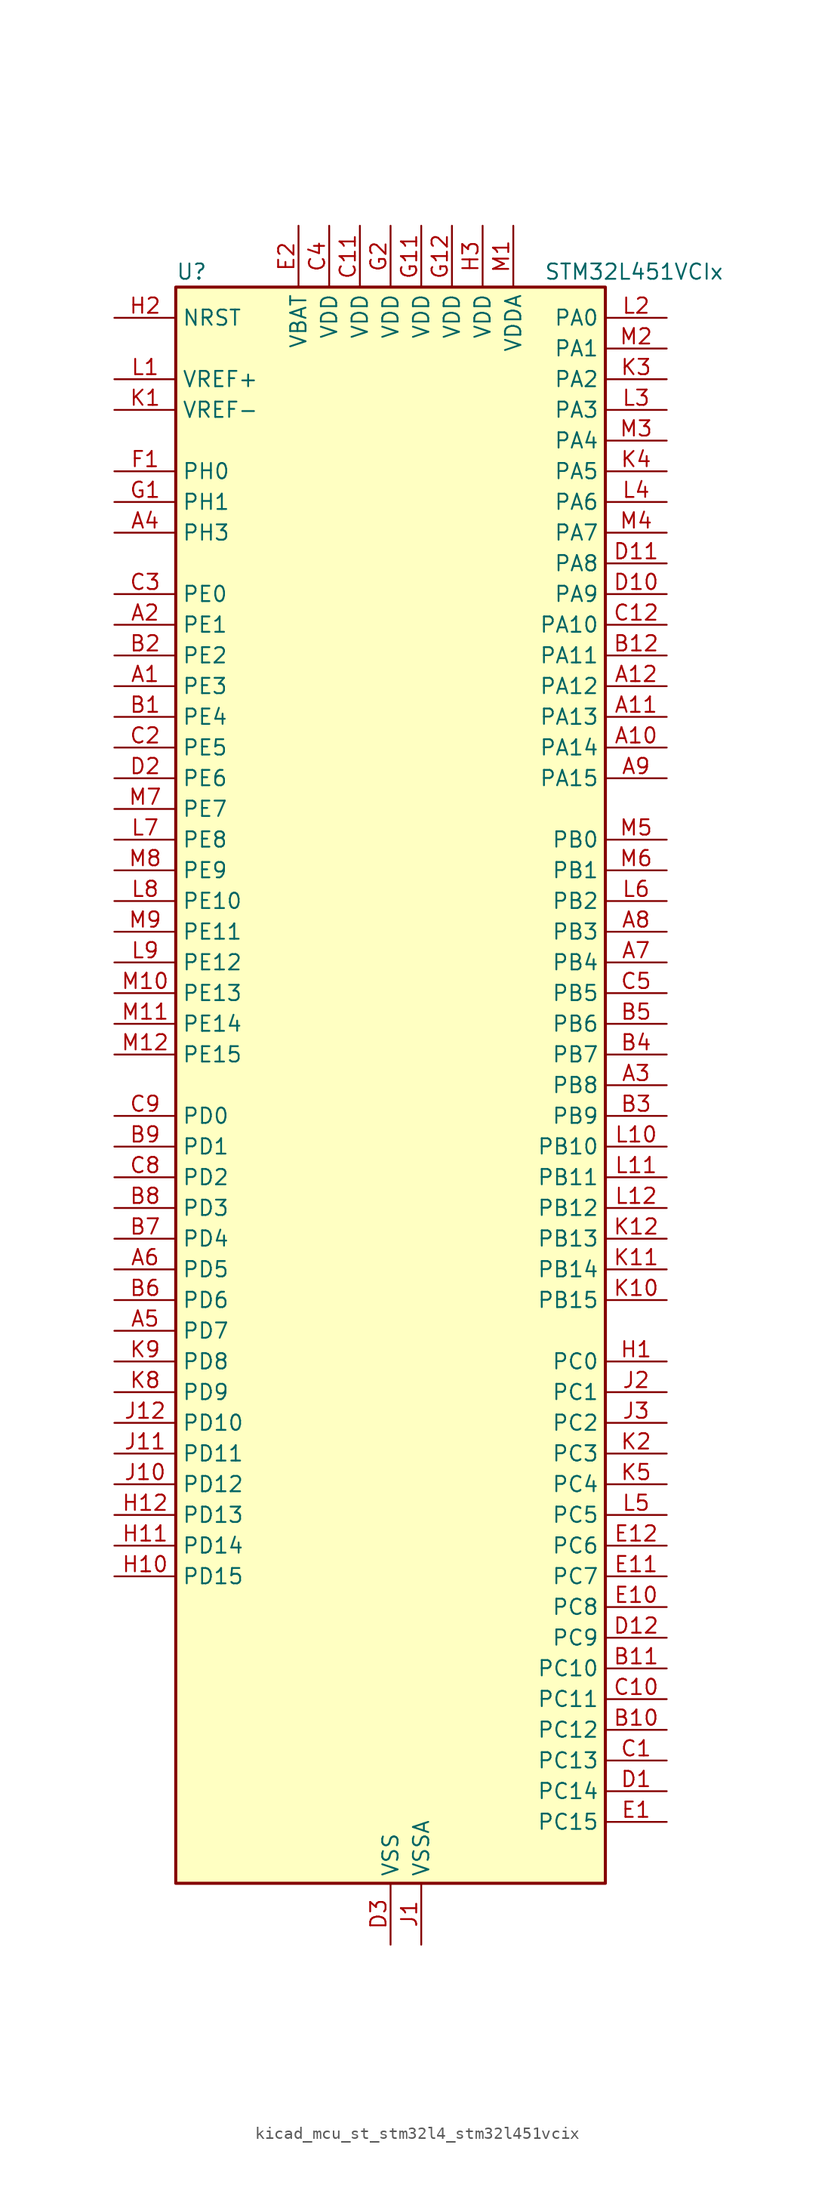
<source format=kicad_sym>
(kicad_symbol_lib
  (version 20220914)
  (generator kicad_symbol_editor)
  (symbol "kicad_mcu_st_stm32l4_stm32l451vcix"
    (property "Reference" "U"
      (at -17.78 67.31 0)
      (effects (font (size 1.27 1.27)) (justify left)))
    (property "Value" "STM32L451VCIx"
      (at 12.7 67.31 0)
      (effects (font (size 1.27 1.27)) (justify left)))
    (property "ki_locked" ""
      (at 0 0 0)
      (effects (font (size 1.27 1.27))))
    (symbol "kicad_mcu_st_stm32l4_stm32l451vcix_0_1"
      (rectangle (start -17.78 -66.04) (end 17.78 66.04) (stroke (width 0.254) (type default)) (fill (type background))))
    (symbol "kicad_mcu_st_stm32l4_stm32l451vcix_1_1"
      (pin bidirectional line (at -22.86 33.02 0) (length 5.08) (name "PE3" (effects (font (size 1.27 1.27)))) (number "A1" (effects (font (size 1.27 1.27)))) (alternate "SAI1_SD_B" bidirectional line) (alternate "SYS_TRACED0" bidirectional line) (alternate "TIM3_CH1" bidirectional line) (alternate "TSC_G7_IO2" bidirectional line))
      (pin bidirectional line (at 22.86 27.94 180) (length 5.08) (name "PA14" (effects (font (size 1.27 1.27)))) (number "A10" (effects (font (size 1.27 1.27)))) (alternate "I2C1_SMBA" bidirectional line) (alternate "I2C4_SMBA" bidirectional line) (alternate "LPTIM1_OUT" bidirectional line) (alternate "SAI1_FS_B" bidirectional line) (alternate "SYS_JTCK-SWCLK" bidirectional line))
      (pin bidirectional line (at 22.86 30.48 180) (length 5.08) (name "PA13" (effects (font (size 1.27 1.27)))) (number "A11" (effects (font (size 1.27 1.27)))) (alternate "IR_OUT" bidirectional line) (alternate "SAI1_SD_B" bidirectional line) (alternate "SYS_JTMS-SWDIO" bidirectional line))
      (pin bidirectional line (at 22.86 33.02 180) (length 5.08) (name "PA12" (effects (font (size 1.27 1.27)))) (number "A12" (effects (font (size 1.27 1.27)))) (alternate "CAN1_TX" bidirectional line) (alternate "SPI1_MOSI" bidirectional line) (alternate "TIM1_ETR" bidirectional line) (alternate "USART1_DE" bidirectional line) (alternate "USART1_RTS" bidirectional line))
      (pin bidirectional line (at -22.86 38.1 0) (length 5.08) (name "PE1" (effects (font (size 1.27 1.27)))) (number "A2" (effects (font (size 1.27 1.27)))))
      (pin bidirectional line (at 22.86 0 180) (length 5.08) (name "PB8" (effects (font (size 1.27 1.27)))) (number "A3" (effects (font (size 1.27 1.27)))) (alternate "CAN1_RX" bidirectional line) (alternate "I2C1_SCL" bidirectional line) (alternate "SAI1_MCLK_A" bidirectional line) (alternate "SDMMC1_D4" bidirectional line) (alternate "TIM16_CH1" bidirectional line))
      (pin bidirectional line (at -22.86 45.72 0) (length 5.08) (name "PH3" (effects (font (size 1.27 1.27)))) (number "A4" (effects (font (size 1.27 1.27)))))
      (pin bidirectional line (at -22.86 -20.32 0) (length 5.08) (name "PD7" (effects (font (size 1.27 1.27)))) (number "A5" (effects (font (size 1.27 1.27)))) (alternate "DFSDM1_CKIN1" bidirectional line) (alternate "QUADSPI_BK2_IO3" bidirectional line) (alternate "USART2_CK" bidirectional line))
      (pin bidirectional line (at -22.86 -15.24 0) (length 5.08) (name "PD5" (effects (font (size 1.27 1.27)))) (number "A6" (effects (font (size 1.27 1.27)))) (alternate "QUADSPI_BK2_IO1" bidirectional line) (alternate "USART2_TX" bidirectional line))
      (pin bidirectional line (at 22.86 10.16 180) (length 5.08) (name "PB4" (effects (font (size 1.27 1.27)))) (number "A7" (effects (font (size 1.27 1.27)))) (alternate "COMP2_INP" bidirectional line) (alternate "I2C3_SDA" bidirectional line) (alternate "SAI1_MCLK_B" bidirectional line) (alternate "SPI1_MISO" bidirectional line) (alternate "SPI3_MISO" bidirectional line) (alternate "SYS_JTRST" bidirectional line) (alternate "TIM3_CH1" bidirectional line) (alternate "TSC_G2_IO1" bidirectional line) (alternate "USART1_CTS" bidirectional line))
      (pin bidirectional line (at 22.86 12.7 180) (length 5.08) (name "PB3" (effects (font (size 1.27 1.27)))) (number "A8" (effects (font (size 1.27 1.27)))) (alternate "COMP2_INM" bidirectional line) (alternate "SAI1_SCK_B" bidirectional line) (alternate "SPI1_SCK" bidirectional line) (alternate "SPI3_SCK" bidirectional line) (alternate "SYS_JTDO-SWO" bidirectional line) (alternate "TIM2_CH2" bidirectional line) (alternate "USART1_DE" bidirectional line) (alternate "USART1_RTS" bidirectional line))
      (pin bidirectional line (at 22.86 25.4 180) (length 5.08) (name "PA15" (effects (font (size 1.27 1.27)))) (number "A9" (effects (font (size 1.27 1.27)))) (alternate "ADC1_EXTI15" bidirectional line) (alternate "SPI1_NSS" bidirectional line) (alternate "SPI3_NSS" bidirectional line) (alternate "SYS_JTDI" bidirectional line) (alternate "TIM2_CH1" bidirectional line) (alternate "TIM2_ETR" bidirectional line) (alternate "TSC_G3_IO1" bidirectional line) (alternate "UART4_DE" bidirectional line) (alternate "UART4_RTS" bidirectional line) (alternate "USART2_RX" bidirectional line) (alternate "USART3_DE" bidirectional line) (alternate "USART3_RTS" bidirectional line))
      (pin bidirectional line (at -22.86 30.48 0) (length 5.08) (name "PE4" (effects (font (size 1.27 1.27)))) (number "B1" (effects (font (size 1.27 1.27)))) (alternate "DFSDM1_DATIN3" bidirectional line) (alternate "SAI1_FS_A" bidirectional line) (alternate "SYS_TRACED1" bidirectional line) (alternate "TIM3_CH2" bidirectional line) (alternate "TSC_G7_IO3" bidirectional line))
      (pin bidirectional line (at 22.86 -53.34 180) (length 5.08) (name "PC12" (effects (font (size 1.27 1.27)))) (number "B10" (effects (font (size 1.27 1.27)))) (alternate "SDMMC1_CK" bidirectional line) (alternate "SPI3_MOSI" bidirectional line) (alternate "SYS_TRACED3" bidirectional line) (alternate "TSC_G3_IO4" bidirectional line) (alternate "USART3_CK" bidirectional line))
      (pin bidirectional line (at 22.86 -48.26 180) (length 5.08) (name "PC10" (effects (font (size 1.27 1.27)))) (number "B11" (effects (font (size 1.27 1.27)))) (alternate "SDMMC1_D2" bidirectional line) (alternate "SPI3_SCK" bidirectional line) (alternate "SYS_TRACED1" bidirectional line) (alternate "TSC_G3_IO2" bidirectional line) (alternate "UART4_TX" bidirectional line) (alternate "USART3_TX" bidirectional line))
      (pin bidirectional line (at 22.86 35.56 180) (length 5.08) (name "PA11" (effects (font (size 1.27 1.27)))) (number "B12" (effects (font (size 1.27 1.27)))) (alternate "ADC1_EXTI11" bidirectional line) (alternate "CAN1_RX" bidirectional line) (alternate "COMP1_OUT" bidirectional line) (alternate "SPI1_MISO" bidirectional line) (alternate "TIM1_BKIN2" bidirectional line) (alternate "TIM1_BKIN2_COMP1" bidirectional line) (alternate "TIM1_CH4" bidirectional line) (alternate "USART1_CTS" bidirectional line))
      (pin bidirectional line (at -22.86 35.56 0) (length 5.08) (name "PE2" (effects (font (size 1.27 1.27)))) (number "B2" (effects (font (size 1.27 1.27)))) (alternate "SAI1_MCLK_A" bidirectional line) (alternate "SYS_TRACECLK" bidirectional line) (alternate "TIM3_ETR" bidirectional line) (alternate "TSC_G7_IO1" bidirectional line))
      (pin bidirectional line (at 22.86 -2.54 180) (length 5.08) (name "PB9" (effects (font (size 1.27 1.27)))) (number "B3" (effects (font (size 1.27 1.27)))) (alternate "CAN1_TX" bidirectional line) (alternate "DAC1_EXTI9" bidirectional line) (alternate "I2C1_SDA" bidirectional line) (alternate "IR_OUT" bidirectional line) (alternate "SAI1_FS_A" bidirectional line) (alternate "SDMMC1_D5" bidirectional line) (alternate "SPI2_NSS" bidirectional line))
      (pin bidirectional line (at 22.86 2.54 180) (length 5.08) (name "PB7" (effects (font (size 1.27 1.27)))) (number "B4" (effects (font (size 1.27 1.27)))) (alternate "COMP2_INM" bidirectional line) (alternate "I2C1_SDA" bidirectional line) (alternate "I2C4_SDA" bidirectional line) (alternate "LPTIM1_IN2" bidirectional line) (alternate "SYS_PVD_IN" bidirectional line) (alternate "TSC_G2_IO4" bidirectional line) (alternate "UART4_CTS" bidirectional line) (alternate "USART1_RX" bidirectional line))
      (pin bidirectional line (at 22.86 5.08 180) (length 5.08) (name "PB6" (effects (font (size 1.27 1.27)))) (number "B5" (effects (font (size 1.27 1.27)))) (alternate "CAN1_TX" bidirectional line) (alternate "COMP2_INP" bidirectional line) (alternate "I2C1_SCL" bidirectional line) (alternate "I2C4_SCL" bidirectional line) (alternate "LPTIM1_ETR" bidirectional line) (alternate "SAI1_FS_B" bidirectional line) (alternate "TIM16_CH1N" bidirectional line) (alternate "TSC_G2_IO3" bidirectional line) (alternate "USART1_TX" bidirectional line))
      (pin bidirectional line (at -22.86 -17.78 0) (length 5.08) (name "PD6" (effects (font (size 1.27 1.27)))) (number "B6" (effects (font (size 1.27 1.27)))) (alternate "DFSDM1_DATIN1" bidirectional line) (alternate "QUADSPI_BK2_IO2" bidirectional line) (alternate "SAI1_SD_A" bidirectional line) (alternate "USART2_RX" bidirectional line))
      (pin bidirectional line (at -22.86 -12.7 0) (length 5.08) (name "PD4" (effects (font (size 1.27 1.27)))) (number "B7" (effects (font (size 1.27 1.27)))) (alternate "DFSDM1_CKIN0" bidirectional line) (alternate "QUADSPI_BK2_IO0" bidirectional line) (alternate "SPI2_MOSI" bidirectional line) (alternate "USART2_DE" bidirectional line) (alternate "USART2_RTS" bidirectional line))
      (pin bidirectional line (at -22.86 -10.16 0) (length 5.08) (name "PD3" (effects (font (size 1.27 1.27)))) (number "B8" (effects (font (size 1.27 1.27)))) (alternate "DFSDM1_DATIN0" bidirectional line) (alternate "QUADSPI_BK2_NCS" bidirectional line) (alternate "SPI2_MISO" bidirectional line) (alternate "USART2_CTS" bidirectional line))
      (pin bidirectional line (at -22.86 -5.08 0) (length 5.08) (name "PD1" (effects (font (size 1.27 1.27)))) (number "B9" (effects (font (size 1.27 1.27)))) (alternate "CAN1_TX" bidirectional line) (alternate "SPI2_SCK" bidirectional line))
      (pin bidirectional line (at 22.86 -55.88 180) (length 5.08) (name "PC13" (effects (font (size 1.27 1.27)))) (number "C1" (effects (font (size 1.27 1.27)))) (alternate "RTC_OUT_ALARM" bidirectional line) (alternate "RTC_OUT_CALIB" bidirectional line) (alternate "RTC_TAMP1" bidirectional line) (alternate "RTC_TS" bidirectional line) (alternate "SYS_WKUP2" bidirectional line))
      (pin bidirectional line (at 22.86 -50.8 180) (length 5.08) (name "PC11" (effects (font (size 1.27 1.27)))) (number "C10" (effects (font (size 1.27 1.27)))) (alternate "ADC1_EXTI11" bidirectional line) (alternate "SDMMC1_D3" bidirectional line) (alternate "SPI3_MISO" bidirectional line) (alternate "TSC_G3_IO3" bidirectional line) (alternate "UART4_RX" bidirectional line) (alternate "USART3_RX" bidirectional line))
      (pin power_in line (at -2.54 71.12 270) (length 5.08) (name "VDD" (effects (font (size 1.27 1.27)))) (number "C11" (effects (font (size 1.27 1.27)))))
      (pin bidirectional line (at 22.86 38.1 180) (length 5.08) (name "PA10" (effects (font (size 1.27 1.27)))) (number "C12" (effects (font (size 1.27 1.27)))) (alternate "I2C1_SDA" bidirectional line) (alternate "SAI1_SD_A" bidirectional line) (alternate "TIM1_CH3" bidirectional line) (alternate "USART1_RX" bidirectional line))
      (pin bidirectional line (at -22.86 27.94 0) (length 5.08) (name "PE5" (effects (font (size 1.27 1.27)))) (number "C2" (effects (font (size 1.27 1.27)))) (alternate "DFSDM1_CKIN3" bidirectional line) (alternate "SAI1_SCK_A" bidirectional line) (alternate "SYS_TRACED2" bidirectional line) (alternate "TIM3_CH3" bidirectional line) (alternate "TSC_G7_IO4" bidirectional line))
      (pin bidirectional line (at -22.86 40.64 0) (length 5.08) (name "PE0" (effects (font (size 1.27 1.27)))) (number "C3" (effects (font (size 1.27 1.27)))) (alternate "TIM16_CH1" bidirectional line))
      (pin power_in line (at -5.08 71.12 270) (length 5.08) (name "VDD" (effects (font (size 1.27 1.27)))) (number "C4" (effects (font (size 1.27 1.27)))))
      (pin bidirectional line (at 22.86 7.62 180) (length 5.08) (name "PB5" (effects (font (size 1.27 1.27)))) (number "C5" (effects (font (size 1.27 1.27)))) (alternate "CAN1_RX" bidirectional line) (alternate "COMP2_OUT" bidirectional line) (alternate "I2C1_SMBA" bidirectional line) (alternate "LPTIM1_IN1" bidirectional line) (alternate "SAI1_SD_B" bidirectional line) (alternate "SPI1_MOSI" bidirectional line) (alternate "SPI3_MOSI" bidirectional line) (alternate "TIM16_BKIN" bidirectional line) (alternate "TIM3_CH2" bidirectional line) (alternate "TSC_G2_IO2" bidirectional line) (alternate "USART1_CK" bidirectional line))
      (pin bidirectional line (at -22.86 -7.62 0) (length 5.08) (name "PD2" (effects (font (size 1.27 1.27)))) (number "C8" (effects (font (size 1.27 1.27)))) (alternate "SDMMC1_CMD" bidirectional line) (alternate "SYS_TRACED2" bidirectional line) (alternate "TIM3_ETR" bidirectional line) (alternate "TSC_SYNC" bidirectional line) (alternate "USART3_DE" bidirectional line) (alternate "USART3_RTS" bidirectional line))
      (pin bidirectional line (at -22.86 -2.54 0) (length 5.08) (name "PD0" (effects (font (size 1.27 1.27)))) (number "C9" (effects (font (size 1.27 1.27)))) (alternate "CAN1_RX" bidirectional line) (alternate "SPI2_NSS" bidirectional line))
      (pin bidirectional line (at 22.86 -58.42 180) (length 5.08) (name "PC14" (effects (font (size 1.27 1.27)))) (number "D1" (effects (font (size 1.27 1.27)))) (alternate "RCC_OSC32_IN" bidirectional line))
      (pin bidirectional line (at 22.86 40.64 180) (length 5.08) (name "PA9" (effects (font (size 1.27 1.27)))) (number "D10" (effects (font (size 1.27 1.27)))) (alternate "DAC1_EXTI9" bidirectional line) (alternate "DFSDM1_DATIN1" bidirectional line) (alternate "I2C1_SCL" bidirectional line) (alternate "SAI1_FS_A" bidirectional line) (alternate "TIM15_BKIN" bidirectional line) (alternate "TIM1_CH2" bidirectional line) (alternate "USART1_TX" bidirectional line))
      (pin bidirectional line (at 22.86 43.18 180) (length 5.08) (name "PA8" (effects (font (size 1.27 1.27)))) (number "D11" (effects (font (size 1.27 1.27)))) (alternate "DFSDM1_CKIN1" bidirectional line) (alternate "LPTIM2_OUT" bidirectional line) (alternate "RCC_MCO" bidirectional line) (alternate "SAI1_SCK_A" bidirectional line) (alternate "TIM1_CH1" bidirectional line) (alternate "USART1_CK" bidirectional line))
      (pin bidirectional line (at 22.86 -45.72 180) (length 5.08) (name "PC9" (effects (font (size 1.27 1.27)))) (number "D12" (effects (font (size 1.27 1.27)))) (alternate "DAC1_EXTI9" bidirectional line) (alternate "SDMMC1_D1" bidirectional line) (alternate "TIM3_CH4" bidirectional line) (alternate "TSC_G4_IO4" bidirectional line))
      (pin bidirectional line (at -22.86 25.4 0) (length 5.08) (name "PE6" (effects (font (size 1.27 1.27)))) (number "D2" (effects (font (size 1.27 1.27)))) (alternate "RTC_TAMP3" bidirectional line) (alternate "SAI1_SD_A" bidirectional line) (alternate "SYS_TRACED3" bidirectional line) (alternate "SYS_WKUP3" bidirectional line) (alternate "TIM3_CH4" bidirectional line))
      (pin power_in line (at 0 -71.12 90) (length 5.08) (name "VSS" (effects (font (size 1.27 1.27)))) (number "D3" (effects (font (size 1.27 1.27)))))
      (pin bidirectional line (at 22.86 -60.96 180) (length 5.08) (name "PC15" (effects (font (size 1.27 1.27)))) (number "E1" (effects (font (size 1.27 1.27)))) (alternate "ADC1_EXTI15" bidirectional line) (alternate "RCC_OSC32_OUT" bidirectional line))
      (pin bidirectional line (at 22.86 -43.18 180) (length 5.08) (name "PC8" (effects (font (size 1.27 1.27)))) (number "E10" (effects (font (size 1.27 1.27)))) (alternate "SDMMC1_D0" bidirectional line) (alternate "TIM3_CH3" bidirectional line) (alternate "TSC_G4_IO3" bidirectional line))
      (pin bidirectional line (at 22.86 -40.64 180) (length 5.08) (name "PC7" (effects (font (size 1.27 1.27)))) (number "E11" (effects (font (size 1.27 1.27)))) (alternate "DFSDM1_DATIN3" bidirectional line) (alternate "SDMMC1_D7" bidirectional line) (alternate "TIM3_CH2" bidirectional line) (alternate "TSC_G4_IO2" bidirectional line))
      (pin bidirectional line (at 22.86 -38.1 180) (length 5.08) (name "PC6" (effects (font (size 1.27 1.27)))) (number "E12" (effects (font (size 1.27 1.27)))) (alternate "DFSDM1_CKIN3" bidirectional line) (alternate "SDMMC1_D6" bidirectional line) (alternate "TIM3_CH1" bidirectional line) (alternate "TSC_G4_IO1" bidirectional line))
      (pin power_in line (at -7.62 71.12 270) (length 5.08) (name "VBAT" (effects (font (size 1.27 1.27)))) (number "E2" (effects (font (size 1.27 1.27)))))
      (pin passive line (at 0 -71.12 90) (length 5.08) hide (name "VSS" (effects (font (size 1.27 1.27)))) (number "E3" (effects (font (size 1.27 1.27)))))
      (pin bidirectional line (at -22.86 50.8 0) (length 5.08) (name "PH0" (effects (font (size 1.27 1.27)))) (number "F1" (effects (font (size 1.27 1.27)))) (alternate "RCC_OSC_IN" bidirectional line))
      (pin passive line (at 0 -71.12 90) (length 5.08) hide (name "VSS" (effects (font (size 1.27 1.27)))) (number "F11" (effects (font (size 1.27 1.27)))))
      (pin passive line (at 0 -71.12 90) (length 5.08) hide (name "VSS" (effects (font (size 1.27 1.27)))) (number "F12" (effects (font (size 1.27 1.27)))))
      (pin passive line (at 0 -71.12 90) (length 5.08) hide (name "VSS" (effects (font (size 1.27 1.27)))) (number "F2" (effects (font (size 1.27 1.27)))))
      (pin bidirectional line (at -22.86 48.26 0) (length 5.08) (name "PH1" (effects (font (size 1.27 1.27)))) (number "G1" (effects (font (size 1.27 1.27)))) (alternate "RCC_OSC_OUT" bidirectional line))
      (pin power_in line (at 2.54 71.12 270) (length 5.08) (name "VDD" (effects (font (size 1.27 1.27)))) (number "G11" (effects (font (size 1.27 1.27)))))
      (pin power_in line (at 5.08 71.12 270) (length 5.08) (name "VDD" (effects (font (size 1.27 1.27)))) (number "G12" (effects (font (size 1.27 1.27)))))
      (pin power_in line (at 0 71.12 270) (length 5.08) (name "VDD" (effects (font (size 1.27 1.27)))) (number "G2" (effects (font (size 1.27 1.27)))))
      (pin bidirectional line (at 22.86 -22.86 180) (length 5.08) (name "PC0" (effects (font (size 1.27 1.27)))) (number "H1" (effects (font (size 1.27 1.27)))) (alternate "ADC1_IN1" bidirectional line) (alternate "I2C3_SCL" bidirectional line) (alternate "I2C4_SCL" bidirectional line) (alternate "LPTIM1_IN1" bidirectional line) (alternate "LPTIM2_IN1" bidirectional line) (alternate "LPUART1_RX" bidirectional line))
      (pin bidirectional line (at -22.86 -40.64 0) (length 5.08) (name "PD15" (effects (font (size 1.27 1.27)))) (number "H10" (effects (font (size 1.27 1.27)))) (alternate "ADC1_EXTI15" bidirectional line))
      (pin bidirectional line (at -22.86 -38.1 0) (length 5.08) (name "PD14" (effects (font (size 1.27 1.27)))) (number "H11" (effects (font (size 1.27 1.27)))))
      (pin bidirectional line (at -22.86 -35.56 0) (length 5.08) (name "PD13" (effects (font (size 1.27 1.27)))) (number "H12" (effects (font (size 1.27 1.27)))) (alternate "I2C4_SDA" bidirectional line) (alternate "LPTIM2_OUT" bidirectional line) (alternate "TSC_G6_IO4" bidirectional line))
      (pin input line (at -22.86 63.5 0) (length 5.08) (name "NRST" (effects (font (size 1.27 1.27)))) (number "H2" (effects (font (size 1.27 1.27)))))
      (pin power_in line (at 7.62 71.12 270) (length 5.08) (name "VDD" (effects (font (size 1.27 1.27)))) (number "H3" (effects (font (size 1.27 1.27)))))
      (pin power_in line (at 2.54 -71.12 90) (length 5.08) (name "VSSA" (effects (font (size 1.27 1.27)))) (number "J1" (effects (font (size 1.27 1.27)))))
      (pin bidirectional line (at -22.86 -33.02 0) (length 5.08) (name "PD12" (effects (font (size 1.27 1.27)))) (number "J10" (effects (font (size 1.27 1.27)))) (alternate "I2C4_SCL" bidirectional line) (alternate "LPTIM2_IN1" bidirectional line) (alternate "TSC_G6_IO3" bidirectional line) (alternate "USART3_DE" bidirectional line) (alternate "USART3_RTS" bidirectional line))
      (pin bidirectional line (at -22.86 -30.48 0) (length 5.08) (name "PD11" (effects (font (size 1.27 1.27)))) (number "J11" (effects (font (size 1.27 1.27)))) (alternate "ADC1_EXTI11" bidirectional line) (alternate "I2C4_SMBA" bidirectional line) (alternate "LPTIM2_ETR" bidirectional line) (alternate "TSC_G6_IO2" bidirectional line) (alternate "USART3_CTS" bidirectional line))
      (pin bidirectional line (at -22.86 -27.94 0) (length 5.08) (name "PD10" (effects (font (size 1.27 1.27)))) (number "J12" (effects (font (size 1.27 1.27)))) (alternate "TSC_G6_IO1" bidirectional line) (alternate "USART3_CK" bidirectional line))
      (pin bidirectional line (at 22.86 -25.4 180) (length 5.08) (name "PC1" (effects (font (size 1.27 1.27)))) (number "J2" (effects (font (size 1.27 1.27)))) (alternate "ADC1_IN2" bidirectional line) (alternate "I2C3_SDA" bidirectional line) (alternate "I2C4_SDA" bidirectional line) (alternate "LPTIM1_OUT" bidirectional line) (alternate "LPUART1_TX" bidirectional line) (alternate "SYS_TRACED0" bidirectional line))
      (pin bidirectional line (at 22.86 -27.94 180) (length 5.08) (name "PC2" (effects (font (size 1.27 1.27)))) (number "J3" (effects (font (size 1.27 1.27)))) (alternate "ADC1_IN3" bidirectional line) (alternate "DFSDM1_CKOUT" bidirectional line) (alternate "LPTIM1_IN2" bidirectional line) (alternate "SPI2_MISO" bidirectional line))
      (pin input line (at -22.86 55.88 0) (length 5.08) (name "VREF-" (effects (font (size 1.27 1.27)))) (number "K1" (effects (font (size 1.27 1.27)))))
      (pin bidirectional line (at 22.86 -17.78 180) (length 5.08) (name "PB15" (effects (font (size 1.27 1.27)))) (number "K10" (effects (font (size 1.27 1.27)))) (alternate "ADC1_EXTI15" bidirectional line) (alternate "DFSDM1_CKIN2" bidirectional line) (alternate "RTC_REFIN" bidirectional line) (alternate "SAI1_SD_A" bidirectional line) (alternate "SPI2_MOSI" bidirectional line) (alternate "TIM15_CH2" bidirectional line) (alternate "TIM1_CH3N" bidirectional line) (alternate "TSC_G1_IO4" bidirectional line))
      (pin bidirectional line (at 22.86 -15.24 180) (length 5.08) (name "PB14" (effects (font (size 1.27 1.27)))) (number "K11" (effects (font (size 1.27 1.27)))) (alternate "DFSDM1_DATIN2" bidirectional line) (alternate "I2C2_SDA" bidirectional line) (alternate "SAI1_MCLK_A" bidirectional line) (alternate "SPI2_MISO" bidirectional line) (alternate "TIM15_CH1" bidirectional line) (alternate "TIM1_CH2N" bidirectional line) (alternate "TSC_G1_IO3" bidirectional line) (alternate "USART3_DE" bidirectional line) (alternate "USART3_RTS" bidirectional line))
      (pin bidirectional line (at 22.86 -12.7 180) (length 5.08) (name "PB13" (effects (font (size 1.27 1.27)))) (number "K12" (effects (font (size 1.27 1.27)))) (alternate "CAN1_TX" bidirectional line) (alternate "DFSDM1_CKIN1" bidirectional line) (alternate "I2C2_SCL" bidirectional line) (alternate "LPUART1_CTS" bidirectional line) (alternate "SAI1_SCK_A" bidirectional line) (alternate "SPI2_SCK" bidirectional line) (alternate "TIM15_CH1N" bidirectional line) (alternate "TIM1_CH1N" bidirectional line) (alternate "TSC_G1_IO2" bidirectional line) (alternate "USART3_CTS" bidirectional line))
      (pin bidirectional line (at 22.86 -30.48 180) (length 5.08) (name "PC3" (effects (font (size 1.27 1.27)))) (number "K2" (effects (font (size 1.27 1.27)))) (alternate "ADC1_IN4" bidirectional line) (alternate "LPTIM1_ETR" bidirectional line) (alternate "LPTIM2_ETR" bidirectional line) (alternate "SAI1_SD_A" bidirectional line) (alternate "SPI2_MOSI" bidirectional line))
      (pin bidirectional line (at 22.86 58.42 180) (length 5.08) (name "PA2" (effects (font (size 1.27 1.27)))) (number "K3" (effects (font (size 1.27 1.27)))) (alternate "ADC1_IN7" bidirectional line) (alternate "COMP2_INM" bidirectional line) (alternate "COMP2_OUT" bidirectional line) (alternate "LPUART1_TX" bidirectional line) (alternate "QUADSPI_BK1_NCS" bidirectional line) (alternate "RCC_LSCO" bidirectional line) (alternate "SYS_WKUP4" bidirectional line) (alternate "TIM15_CH1" bidirectional line) (alternate "TIM2_CH3" bidirectional line) (alternate "USART2_TX" bidirectional line))
      (pin bidirectional line (at 22.86 50.8 180) (length 5.08) (name "PA5" (effects (font (size 1.27 1.27)))) (number "K4" (effects (font (size 1.27 1.27)))) (alternate "ADC1_IN10" bidirectional line) (alternate "COMP1_INM" bidirectional line) (alternate "COMP2_INM" bidirectional line) (alternate "DFSDM1_CKOUT" bidirectional line) (alternate "LPTIM2_ETR" bidirectional line) (alternate "SPI1_SCK" bidirectional line) (alternate "TIM2_CH1" bidirectional line) (alternate "TIM2_ETR" bidirectional line))
      (pin bidirectional line (at 22.86 -33.02 180) (length 5.08) (name "PC4" (effects (font (size 1.27 1.27)))) (number "K5" (effects (font (size 1.27 1.27)))) (alternate "ADC1_IN13" bidirectional line) (alternate "COMP1_INM" bidirectional line) (alternate "USART3_TX" bidirectional line))
      (pin bidirectional line (at -22.86 -25.4 0) (length 5.08) (name "PD9" (effects (font (size 1.27 1.27)))) (number "K8" (effects (font (size 1.27 1.27)))) (alternate "DAC1_EXTI9" bidirectional line) (alternate "USART3_RX" bidirectional line))
      (pin bidirectional line (at -22.86 -22.86 0) (length 5.08) (name "PD8" (effects (font (size 1.27 1.27)))) (number "K9" (effects (font (size 1.27 1.27)))) (alternate "USART3_TX" bidirectional line))
      (pin input line (at -22.86 58.42 0) (length 5.08) (name "VREF+" (effects (font (size 1.27 1.27)))) (number "L1" (effects (font (size 1.27 1.27)))) (alternate "VREFBUF_OUT" bidirectional line))
      (pin bidirectional line (at 22.86 -5.08 180) (length 5.08) (name "PB10" (effects (font (size 1.27 1.27)))) (number "L10" (effects (font (size 1.27 1.27)))) (alternate "COMP1_OUT" bidirectional line) (alternate "I2C2_SCL" bidirectional line) (alternate "I2C4_SCL" bidirectional line) (alternate "LPUART1_RX" bidirectional line) (alternate "QUADSPI_CLK" bidirectional line) (alternate "SAI1_SCK_A" bidirectional line) (alternate "SPI2_SCK" bidirectional line) (alternate "TIM2_CH3" bidirectional line) (alternate "TSC_SYNC" bidirectional line) (alternate "USART3_TX" bidirectional line))
      (pin bidirectional line (at 22.86 -7.62 180) (length 5.08) (name "PB11" (effects (font (size 1.27 1.27)))) (number "L11" (effects (font (size 1.27 1.27)))) (alternate "ADC1_EXTI11" bidirectional line) (alternate "COMP2_OUT" bidirectional line) (alternate "I2C2_SDA" bidirectional line) (alternate "I2C4_SDA" bidirectional line) (alternate "LPUART1_TX" bidirectional line) (alternate "QUADSPI_BK1_NCS" bidirectional line) (alternate "TIM2_CH4" bidirectional line) (alternate "USART3_RX" bidirectional line))
      (pin bidirectional line (at 22.86 -10.16 180) (length 5.08) (name "PB12" (effects (font (size 1.27 1.27)))) (number "L12" (effects (font (size 1.27 1.27)))) (alternate "CAN1_RX" bidirectional line) (alternate "DFSDM1_DATIN1" bidirectional line) (alternate "I2C2_SMBA" bidirectional line) (alternate "LPUART1_DE" bidirectional line) (alternate "LPUART1_RTS" bidirectional line) (alternate "SAI1_FS_A" bidirectional line) (alternate "SPI2_NSS" bidirectional line) (alternate "TIM15_BKIN" bidirectional line) (alternate "TIM1_BKIN" bidirectional line) (alternate "TIM1_BKIN_COMP2" bidirectional line) (alternate "TSC_G1_IO1" bidirectional line) (alternate "USART3_CK" bidirectional line))
      (pin bidirectional line (at 22.86 63.5 180) (length 5.08) (name "PA0" (effects (font (size 1.27 1.27)))) (number "L2" (effects (font (size 1.27 1.27)))) (alternate "ADC1_IN5" bidirectional line) (alternate "COMP1_INM" bidirectional line) (alternate "COMP1_OUT" bidirectional line) (alternate "OPAMP1_VINP" bidirectional line) (alternate "RTC_TAMP2" bidirectional line) (alternate "SAI1_EXTCLK" bidirectional line) (alternate "SYS_WKUP1" bidirectional line) (alternate "TIM2_CH1" bidirectional line) (alternate "TIM2_ETR" bidirectional line) (alternate "UART4_TX" bidirectional line) (alternate "USART2_CTS" bidirectional line))
      (pin bidirectional line (at 22.86 55.88 180) (length 5.08) (name "PA3" (effects (font (size 1.27 1.27)))) (number "L3" (effects (font (size 1.27 1.27)))) (alternate "ADC1_IN8" bidirectional line) (alternate "COMP2_INP" bidirectional line) (alternate "LPUART1_RX" bidirectional line) (alternate "OPAMP1_VOUT" bidirectional line) (alternate "QUADSPI_CLK" bidirectional line) (alternate "SAI1_MCLK_A" bidirectional line) (alternate "TIM15_CH2" bidirectional line) (alternate "TIM2_CH4" bidirectional line) (alternate "USART2_RX" bidirectional line))
      (pin bidirectional line (at 22.86 48.26 180) (length 5.08) (name "PA6" (effects (font (size 1.27 1.27)))) (number "L4" (effects (font (size 1.27 1.27)))) (alternate "ADC1_IN11" bidirectional line) (alternate "COMP1_OUT" bidirectional line) (alternate "LPUART1_CTS" bidirectional line) (alternate "QUADSPI_BK1_IO3" bidirectional line) (alternate "SPI1_MISO" bidirectional line) (alternate "TIM16_CH1" bidirectional line) (alternate "TIM1_BKIN" bidirectional line) (alternate "TIM1_BKIN_COMP2" bidirectional line) (alternate "TIM3_CH1" bidirectional line) (alternate "USART3_CTS" bidirectional line))
      (pin bidirectional line (at 22.86 -35.56 180) (length 5.08) (name "PC5" (effects (font (size 1.27 1.27)))) (number "L5" (effects (font (size 1.27 1.27)))) (alternate "ADC1_IN14" bidirectional line) (alternate "COMP1_INP" bidirectional line) (alternate "SYS_WKUP5" bidirectional line) (alternate "USART3_RX" bidirectional line))
      (pin bidirectional line (at 22.86 15.24 180) (length 5.08) (name "PB2" (effects (font (size 1.27 1.27)))) (number "L6" (effects (font (size 1.27 1.27)))) (alternate "COMP1_INP" bidirectional line) (alternate "DFSDM1_CKIN0" bidirectional line) (alternate "I2C3_SMBA" bidirectional line) (alternate "LPTIM1_OUT" bidirectional line) (alternate "RTC_OUT_ALARM" bidirectional line) (alternate "RTC_OUT_CALIB" bidirectional line))
      (pin bidirectional line (at -22.86 20.32 0) (length 5.08) (name "PE8" (effects (font (size 1.27 1.27)))) (number "L7" (effects (font (size 1.27 1.27)))) (alternate "DFSDM1_CKIN2" bidirectional line) (alternate "SAI1_SCK_B" bidirectional line) (alternate "TIM1_CH1N" bidirectional line))
      (pin bidirectional line (at -22.86 15.24 0) (length 5.08) (name "PE10" (effects (font (size 1.27 1.27)))) (number "L8" (effects (font (size 1.27 1.27)))) (alternate "QUADSPI_CLK" bidirectional line) (alternate "SAI1_MCLK_B" bidirectional line) (alternate "TIM1_CH2N" bidirectional line) (alternate "TSC_G5_IO1" bidirectional line))
      (pin bidirectional line (at -22.86 10.16 0) (length 5.08) (name "PE12" (effects (font (size 1.27 1.27)))) (number "L9" (effects (font (size 1.27 1.27)))) (alternate "QUADSPI_BK1_IO0" bidirectional line) (alternate "SPI1_NSS" bidirectional line) (alternate "TIM1_CH3N" bidirectional line) (alternate "TSC_G5_IO3" bidirectional line))
      (pin power_in line (at 10.16 71.12 270) (length 5.08) (name "VDDA" (effects (font (size 1.27 1.27)))) (number "M1" (effects (font (size 1.27 1.27)))))
      (pin bidirectional line (at -22.86 7.62 0) (length 5.08) (name "PE13" (effects (font (size 1.27 1.27)))) (number "M10" (effects (font (size 1.27 1.27)))) (alternate "QUADSPI_BK1_IO1" bidirectional line) (alternate "SPI1_SCK" bidirectional line) (alternate "TIM1_CH3" bidirectional line) (alternate "TSC_G5_IO4" bidirectional line))
      (pin bidirectional line (at -22.86 5.08 0) (length 5.08) (name "PE14" (effects (font (size 1.27 1.27)))) (number "M11" (effects (font (size 1.27 1.27)))) (alternate "QUADSPI_BK1_IO2" bidirectional line) (alternate "SPI1_MISO" bidirectional line) (alternate "TIM1_BKIN2" bidirectional line) (alternate "TIM1_BKIN2_COMP2" bidirectional line) (alternate "TIM1_CH4" bidirectional line))
      (pin bidirectional line (at -22.86 2.54 0) (length 5.08) (name "PE15" (effects (font (size 1.27 1.27)))) (number "M12" (effects (font (size 1.27 1.27)))) (alternate "ADC1_EXTI15" bidirectional line) (alternate "QUADSPI_BK1_IO3" bidirectional line) (alternate "SPI1_MOSI" bidirectional line) (alternate "TIM1_BKIN" bidirectional line) (alternate "TIM1_BKIN_COMP1" bidirectional line))
      (pin bidirectional line (at 22.86 60.96 180) (length 5.08) (name "PA1" (effects (font (size 1.27 1.27)))) (number "M2" (effects (font (size 1.27 1.27)))) (alternate "ADC1_IN6" bidirectional line) (alternate "COMP1_INP" bidirectional line) (alternate "I2C1_SMBA" bidirectional line) (alternate "OPAMP1_VINM" bidirectional line) (alternate "SPI1_SCK" bidirectional line) (alternate "TIM15_CH1N" bidirectional line) (alternate "TIM2_CH2" bidirectional line) (alternate "UART4_RX" bidirectional line) (alternate "USART2_DE" bidirectional line) (alternate "USART2_RTS" bidirectional line))
      (pin bidirectional line (at 22.86 53.34 180) (length 5.08) (name "PA4" (effects (font (size 1.27 1.27)))) (number "M3" (effects (font (size 1.27 1.27)))) (alternate "ADC1_IN9" bidirectional line) (alternate "COMP1_INM" bidirectional line) (alternate "COMP2_INM" bidirectional line) (alternate "DAC1_OUT1" bidirectional line) (alternate "LPTIM2_OUT" bidirectional line) (alternate "SAI1_FS_B" bidirectional line) (alternate "SPI1_NSS" bidirectional line) (alternate "SPI3_NSS" bidirectional line) (alternate "USART2_CK" bidirectional line))
      (pin bidirectional line (at 22.86 45.72 180) (length 5.08) (name "PA7" (effects (font (size 1.27 1.27)))) (number "M4" (effects (font (size 1.27 1.27)))) (alternate "ADC1_IN12" bidirectional line) (alternate "COMP2_OUT" bidirectional line) (alternate "DFSDM1_DATIN0" bidirectional line) (alternate "I2C3_SCL" bidirectional line) (alternate "QUADSPI_BK1_IO2" bidirectional line) (alternate "SPI1_MOSI" bidirectional line) (alternate "TIM1_CH1N" bidirectional line) (alternate "TIM3_CH2" bidirectional line))
      (pin bidirectional line (at 22.86 20.32 180) (length 5.08) (name "PB0" (effects (font (size 1.27 1.27)))) (number "M5" (effects (font (size 1.27 1.27)))) (alternate "ADC1_IN15" bidirectional line) (alternate "COMP1_OUT" bidirectional line) (alternate "DFSDM1_CKIN0" bidirectional line) (alternate "QUADSPI_BK1_IO1" bidirectional line) (alternate "SAI1_EXTCLK" bidirectional line) (alternate "SPI1_NSS" bidirectional line) (alternate "TIM1_CH2N" bidirectional line) (alternate "TIM3_CH3" bidirectional line) (alternate "USART3_CK" bidirectional line))
      (pin bidirectional line (at 22.86 17.78 180) (length 5.08) (name "PB1" (effects (font (size 1.27 1.27)))) (number "M6" (effects (font (size 1.27 1.27)))) (alternate "ADC1_IN16" bidirectional line) (alternate "COMP1_INM" bidirectional line) (alternate "DFSDM1_DATIN0" bidirectional line) (alternate "LPTIM2_IN1" bidirectional line) (alternate "LPUART1_DE" bidirectional line) (alternate "LPUART1_RTS" bidirectional line) (alternate "QUADSPI_BK1_IO0" bidirectional line) (alternate "TIM1_CH3N" bidirectional line) (alternate "TIM3_CH4" bidirectional line) (alternate "USART3_DE" bidirectional line) (alternate "USART3_RTS" bidirectional line))
      (pin bidirectional line (at -22.86 22.86 0) (length 5.08) (name "PE7" (effects (font (size 1.27 1.27)))) (number "M7" (effects (font (size 1.27 1.27)))) (alternate "DFSDM1_DATIN2" bidirectional line) (alternate "SAI1_SD_B" bidirectional line) (alternate "TIM1_ETR" bidirectional line))
      (pin bidirectional line (at -22.86 17.78 0) (length 5.08) (name "PE9" (effects (font (size 1.27 1.27)))) (number "M8" (effects (font (size 1.27 1.27)))) (alternate "DAC1_EXTI9" bidirectional line) (alternate "DFSDM1_CKOUT" bidirectional line) (alternate "SAI1_FS_B" bidirectional line) (alternate "TIM1_CH1" bidirectional line))
      (pin bidirectional line (at -22.86 12.7 0) (length 5.08) (name "PE11" (effects (font (size 1.27 1.27)))) (number "M9" (effects (font (size 1.27 1.27)))) (alternate "ADC1_EXTI11" bidirectional line) (alternate "QUADSPI_BK1_NCS" bidirectional line) (alternate "TIM1_CH2" bidirectional line) (alternate "TSC_G5_IO2" bidirectional line)))))
</source>
